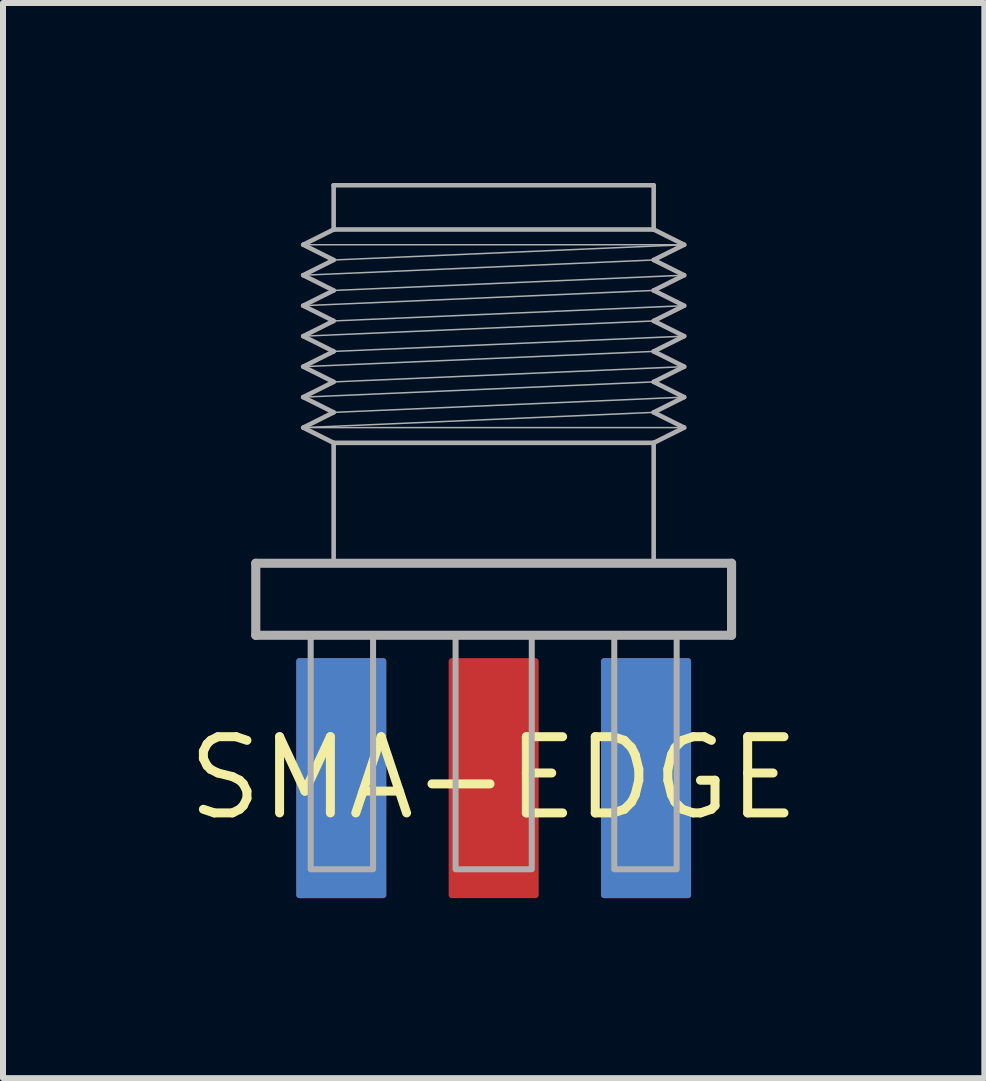
<source format=kicad_pcb>
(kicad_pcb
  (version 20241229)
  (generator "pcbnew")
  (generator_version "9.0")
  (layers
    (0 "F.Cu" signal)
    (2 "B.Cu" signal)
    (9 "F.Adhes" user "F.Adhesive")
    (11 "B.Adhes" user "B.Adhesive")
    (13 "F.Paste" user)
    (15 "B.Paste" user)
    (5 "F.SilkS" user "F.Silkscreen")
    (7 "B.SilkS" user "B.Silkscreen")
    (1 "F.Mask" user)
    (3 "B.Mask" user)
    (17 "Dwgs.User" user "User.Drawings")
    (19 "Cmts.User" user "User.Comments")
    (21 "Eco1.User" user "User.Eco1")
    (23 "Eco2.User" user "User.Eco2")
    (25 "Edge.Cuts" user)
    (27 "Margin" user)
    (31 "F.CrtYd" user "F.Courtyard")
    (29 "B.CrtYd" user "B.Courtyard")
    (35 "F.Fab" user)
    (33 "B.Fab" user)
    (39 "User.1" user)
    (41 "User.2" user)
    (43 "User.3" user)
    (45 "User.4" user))
  (footprint "SMA-EDGE"
    (layer "F.Cu")
    (at 5.178 9.919)
    (property "Reference" "SMA-EDGE" (at 0 0 0) (layer "F.SilkS") (effects (font (size 1.27 1.27) (thickness 0.15))))
    (fp_line (start -3.965 -3.581) (end 3.965 -3.581) (stroke (width 0.152) (type solid)) (layer "F.Fab"))
    (fp_line (start -3.965 -2.381) (end -3.965 -3.581) (stroke (width 0.152) (type solid)) (layer "F.Fab"))
    (fp_line (start -3.175 -8.89) (end -2.667 -9.144) (stroke (width 0.076) (type solid)) (layer "F.Fab"))
    (fp_line (start -3.175 -8.382) (end -2.667 -8.636) (stroke (width 0.076) (type solid)) (layer "F.Fab"))
    (fp_line (start -3.175 -8.382) (end 2.667 -8.636) (stroke (width 0.025) (type solid)) (layer "F.Fab"))
    (fp_line (start -3.175 -7.874) (end -2.667 -8.128) (stroke (width 0.076) (type solid)) (layer "F.Fab"))
    (fp_line (start -3.175 -7.874) (end -2.667 -7.62) (stroke (width 0.076) (type solid)) (layer "F.Fab"))
    (fp_line (start -3.175 -7.874) (end 2.667 -8.128) (stroke (width 0.025) (type solid)) (layer "F.Fab"))
    (fp_line (start -3.175 -7.366) (end -2.667 -7.62) (stroke (width 0.076) (type solid)) (layer "F.Fab"))
    (fp_line (start -3.175 -7.366) (end 2.667 -7.62) (stroke (width 0.025) (type solid)) (layer "F.Fab"))
    (fp_line (start -3.175 -6.858) (end -2.667 -7.112) (stroke (width 0.076) (type solid)) (layer "F.Fab"))
    (fp_line (start -3.175 -6.858) (end 2.667 -7.112) (stroke (width 0.025) (type solid)) (layer "F.Fab"))
    (fp_line (start -3.175 -6.35) (end -2.667 -6.604) (stroke (width 0.076) (type solid)) (layer "F.Fab"))
    (fp_line (start -3.175 -6.35) (end 2.667 -6.604) (stroke (width 0.025) (type solid)) (layer "F.Fab"))
    (fp_line (start -3.175 -5.842) (end -2.667 -6.096) (stroke (width 0.076) (type solid)) (layer "F.Fab"))
    (fp_line (start -3.175 -5.842) (end 2.667 -6.096) (stroke (width 0.025) (type solid)) (layer "F.Fab"))
    (fp_line (start -3.175 -5.842) (end 3.175 -5.842) (stroke (width 0.025) (type solid)) (layer "F.Fab"))
    (fp_line (start -2.667 -9.881) (end 2.667 -9.881) (stroke (width 0.076) (type solid)) (layer "F.Fab"))
    (fp_line (start -2.667 -9.144) (end -2.667 -9.881) (stroke (width 0.076) (type solid)) (layer "F.Fab"))
    (fp_line (start -2.667 -9.144) (end 2.667 -9.144) (stroke (width 0.076) (type solid)) (layer "F.Fab"))
    (fp_line (start -2.667 -8.636) (end -3.175 -8.89) (stroke (width 0.076) (type solid)) (layer "F.Fab"))
    (fp_line (start -2.667 -8.636) (end 3.175 -8.89) (stroke (width 0.025) (type solid)) (layer "F.Fab"))
    (fp_line (start -2.667 -8.128) (end -3.175 -8.382) (stroke (width 0.076) (type solid)) (layer "F.Fab"))
    (fp_line (start -2.667 -8.128) (end 3.175 -8.382) (stroke (width 0.025) (type solid)) (layer "F.Fab"))
    (fp_line (start -2.667 -7.62) (end 3.175 -7.874) (stroke (width 0.025) (type solid)) (layer "F.Fab"))
    (fp_line (start -2.667 -7.112) (end -3.175 -7.366) (stroke (width 0.076) (type solid)) (layer "F.Fab"))
    (fp_line (start -2.667 -7.112) (end 3.175 -7.366) (stroke (width 0.025) (type solid)) (layer "F.Fab"))
    (fp_line (start -2.667 -6.604) (end -3.175 -6.858) (stroke (width 0.076) (type solid)) (layer "F.Fab"))
    (fp_line (start -2.667 -6.604) (end 3.175 -6.858) (stroke (width 0.025) (type solid)) (layer "F.Fab"))
    (fp_line (start -2.667 -6.096) (end -3.175 -6.35) (stroke (width 0.076) (type solid)) (layer "F.Fab"))
    (fp_line (start -2.667 -6.096) (end 3.175 -6.35) (stroke (width 0.025) (type solid)) (layer "F.Fab"))
    (fp_line (start -2.667 -5.588) (end -3.175 -5.842) (stroke (width 0.076) (type solid)) (layer "F.Fab"))
    (fp_line (start -2.667 -5.588) (end 2.667 -5.588) (stroke (width 0.076) (type solid)) (layer "F.Fab"))
    (fp_line (start -2.667 -3.581) (end -2.667 -5.588) (stroke (width 0.076) (type solid)) (layer "F.Fab"))
    (fp_line (start 2.667 -9.881) (end 2.667 -9.144) (stroke (width 0.076) (type solid)) (layer "F.Fab"))
    (fp_line (start 2.667 -9.144) (end 3.175 -8.89) (stroke (width 0.076) (type solid)) (layer "F.Fab"))
    (fp_line (start 2.667 -8.636) (end 3.175 -8.382) (stroke (width 0.076) (type solid)) (layer "F.Fab"))
    (fp_line (start 2.667 -8.128) (end 3.175 -7.874) (stroke (width 0.076) (type solid)) (layer "F.Fab"))
    (fp_line (start 2.667 -7.62) (end 3.175 -7.366) (stroke (width 0.076) (type solid)) (layer "F.Fab"))
    (fp_line (start 2.667 -7.112) (end 3.175 -6.858) (stroke (width 0.076) (type solid)) (layer "F.Fab"))
    (fp_line (start 2.667 -6.604) (end 3.175 -6.35) (stroke (width 0.076) (type solid)) (layer "F.Fab"))
    (fp_line (start 2.667 -6.096) (end 3.175 -5.842) (stroke (width 0.076) (type solid)) (layer "F.Fab"))
    (fp_line (start 2.667 -5.588) (end 2.667 -3.556) (stroke (width 0.076) (type solid)) (layer "F.Fab"))
    (fp_line (start 3.175 -8.89) (end -3.175 -8.89) (stroke (width 0.025) (type solid)) (layer "F.Fab"))
    (fp_line (start 3.175 -8.89) (end 2.667 -8.636) (stroke (width 0.076) (type solid)) (layer "F.Fab"))
    (fp_line (start 3.175 -8.382) (end 2.667 -8.128) (stroke (width 0.076) (type solid)) (layer "F.Fab"))
    (fp_line (start 3.175 -7.874) (end 2.667 -7.62) (stroke (width 0.076) (type solid)) (layer "F.Fab"))
    (fp_line (start 3.175 -7.366) (end 2.667 -7.112) (stroke (width 0.076) (type solid)) (layer "F.Fab"))
    (fp_line (start 3.175 -6.858) (end 2.667 -6.604) (stroke (width 0.076) (type solid)) (layer "F.Fab"))
    (fp_line (start 3.175 -6.35) (end 2.667 -6.096) (stroke (width 0.076) (type solid)) (layer "F.Fab"))
    (fp_line (start 3.175 -5.842) (end 2.667 -5.588) (stroke (width 0.076) (type solid)) (layer "F.Fab"))
    (fp_line (start 3.965 -3.581) (end 3.965 -2.381) (stroke (width 0.152) (type solid)) (layer "F.Fab"))
    (fp_line (start 3.965 -2.381) (end -3.965 -2.381) (stroke (width 0.152) (type solid)) (layer "F.Fab"))
    (fp_poly (pts (xy -3.05 1.519) (xy -2.01 1.519) (xy -2.01 -2.381) (xy -3.05 -2.381)) (stroke (width 0.1) (type default)) (fill no) (layer "F.Fab"))
    (fp_poly (pts (xy -0.635 1.519) (xy 0.635 1.519) (xy 0.635 -2.381) (xy -0.635 -2.381)) (stroke (width 0.1) (type default)) (fill no) (layer "F.Fab"))
    (fp_poly (pts (xy 2.01 1.519) (xy 3.05 1.519) (xy 3.05 -2.381) (xy 2.01 -2.381)) (stroke (width 0.1) (type default)) (fill no) (layer "F.Fab"))
    (pad "GND@0" smd roundrect (at -2.54 0) (size 1.5 4) (layers "F.Cu" "F.Mask") (roundrect_rratio 0.034))
    (pad "GND@1" smd roundrect (at 2.54 0) (size 1.5 4) (layers "F.Cu" "F.Mask") (roundrect_rratio 0.034))
    (pad "GND@2" smd roundrect (at -2.54 0) (size 1.5 4) (layers "B.Cu" "B.Mask") (roundrect_rratio 0.034))
    (pad "GND@3" smd roundrect (at 2.54 0) (size 1.5 4) (layers "B.Cu" "B.Mask") (roundrect_rratio 0.034))
    (pad "SIG" smd roundrect (at 0 0) (size 1.5 4) (layers "F.Cu" "F.Mask") (roundrect_rratio 0.034)))
  (gr_rect
    (start -3 -3)
    (end 13.356 14.919)
    (stroke (width 0.1) (type default))
    (fill no)
    (layer "Edge.Cuts")))
</source>
